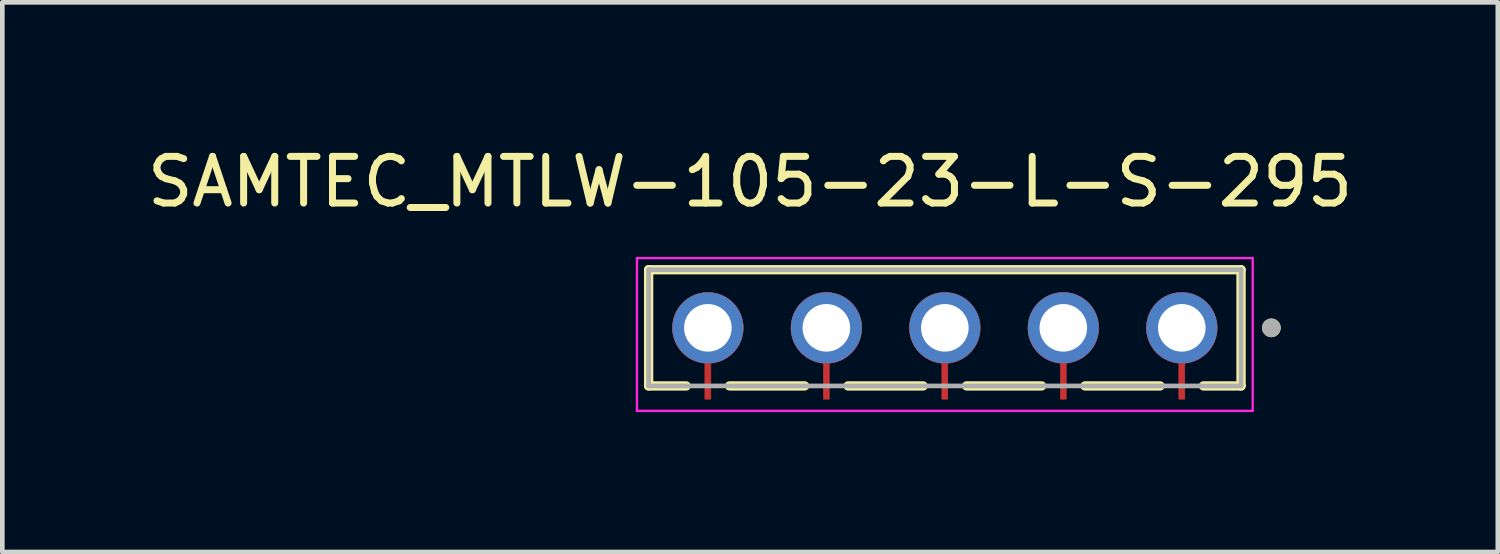
<source format=kicad_pcb>
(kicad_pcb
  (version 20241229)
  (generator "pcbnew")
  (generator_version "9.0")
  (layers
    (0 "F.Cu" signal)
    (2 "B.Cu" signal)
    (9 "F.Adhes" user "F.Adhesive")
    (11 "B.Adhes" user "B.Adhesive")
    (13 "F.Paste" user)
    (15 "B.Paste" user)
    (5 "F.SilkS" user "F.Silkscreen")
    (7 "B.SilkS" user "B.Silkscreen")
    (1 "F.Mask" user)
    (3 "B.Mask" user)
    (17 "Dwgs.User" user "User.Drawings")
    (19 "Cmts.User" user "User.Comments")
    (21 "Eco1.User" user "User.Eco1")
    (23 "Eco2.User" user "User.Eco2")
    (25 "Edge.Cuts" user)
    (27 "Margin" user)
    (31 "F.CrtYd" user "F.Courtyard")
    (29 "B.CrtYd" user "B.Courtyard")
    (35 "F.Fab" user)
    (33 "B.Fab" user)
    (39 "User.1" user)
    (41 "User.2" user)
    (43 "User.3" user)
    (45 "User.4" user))
  (footprint "SAMTEC_MTLW-105-23-L-S-295"
    (layer "F.Cu")
    (at 17.205 3.978)
    (property "Reference" "SAMTEC_MTLW-105-23-L-S-295" (at -4.175 -3.13 0) (layer "F.SilkS") (effects (font (size 1 1) (thickness 0.15))))
    (attr through_hole)
    (fp_poly (pts (xy -5.84 0) (xy -5.836 -0.079) (xy -5.823 -0.158) (xy -5.803 -0.235) (xy -5.774 -0.309) (xy -5.738 -0.38) (xy -5.695 -0.447) (xy -5.645 -0.509) (xy -5.589 -0.565) (xy -5.527 -0.615) (xy -5.46 -0.658) (xy -5.389 -0.694) (xy -5.315 -0.723) (xy -5.238 -0.743) (xy -5.159 -0.756) (xy -5.08 -0.76) (xy -5.001 -0.756) (xy -4.922 -0.743) (xy -4.845 -0.723) (xy -4.771 -0.694) (xy -4.7 -0.658) (xy -4.633 -0.615) (xy -4.571 -0.565) (xy -4.515 -0.509) (xy -4.465 -0.447) (xy -4.422 -0.38) (xy -4.386 -0.309) (xy -4.357 -0.235) (xy -4.337 -0.158) (xy -4.324 -0.079) (xy -4.32 0) (xy -4.321 0.038) (xy -4.324 0.076) (xy -4.328 0.113) (xy -4.335 0.151) (xy -4.343 0.187) (xy -4.353 0.224) (xy -4.365 0.259) (xy -4.379 0.294) (xy -4.394 0.329) (xy -4.411 0.363) (xy -4.43 0.395) (xy -4.45 0.427) (xy -4.472 0.458) (xy -4.495 0.487) (xy -4.52 0.516) (xy -4.546 0.543) (xy -4.574 0.569) (xy -4.603 0.593) (xy -4.632 0.616) (xy -4.663 0.638) (xy -4.695 0.658) (xy -4.728 0.676) (xy -4.762 0.692) (xy -4.797 0.707) (xy -4.832 0.721) (xy -4.868 0.732) (xy -4.904 0.742) (xy -4.941 0.75) (xy -4.978 0.756) (xy -5.015 0.76) (xy -5.015 1.53) (xy -5.145 1.53) (xy -5.145 0.76) (xy -5.182 0.756) (xy -5.219 0.75) (xy -5.256 0.742) (xy -5.292 0.732) (xy -5.328 0.721) (xy -5.363 0.707) (xy -5.398 0.692) (xy -5.432 0.676) (xy -5.465 0.658) (xy -5.497 0.638) (xy -5.528 0.616) (xy -5.557 0.593) (xy -5.586 0.569) (xy -5.614 0.543) (xy -5.64 0.516) (xy -5.665 0.487) (xy -5.688 0.458) (xy -5.71 0.427) (xy -5.73 0.395) (xy -5.749 0.363) (xy -5.766 0.329) (xy -5.781 0.294) (xy -5.795 0.259) (xy -5.807 0.224) (xy -5.817 0.187) (xy -5.825 0.151) (xy -5.832 0.113) (xy -5.836 0.076) (xy -5.839 0.038) (xy -5.84 0)) (stroke (width 0.01) (type solid)) (fill yes) (layer "F.Cu"))
    (fp_poly (pts (xy -3.3 0) (xy -3.296 -0.079) (xy -3.283 -0.158) (xy -3.263 -0.235) (xy -3.234 -0.309) (xy -3.198 -0.38) (xy -3.155 -0.447) (xy -3.105 -0.509) (xy -3.049 -0.565) (xy -2.987 -0.615) (xy -2.92 -0.658) (xy -2.849 -0.694) (xy -2.775 -0.723) (xy -2.698 -0.743) (xy -2.619 -0.756) (xy -2.54 -0.76) (xy -2.461 -0.756) (xy -2.382 -0.743) (xy -2.305 -0.723) (xy -2.231 -0.694) (xy -2.16 -0.658) (xy -2.093 -0.615) (xy -2.031 -0.565) (xy -1.975 -0.509) (xy -1.925 -0.447) (xy -1.882 -0.38) (xy -1.846 -0.309) (xy -1.817 -0.235) (xy -1.797 -0.158) (xy -1.784 -0.079) (xy -1.78 0) (xy -1.781 0.038) (xy -1.784 0.076) (xy -1.788 0.113) (xy -1.795 0.151) (xy -1.803 0.187) (xy -1.813 0.224) (xy -1.825 0.259) (xy -1.839 0.294) (xy -1.854 0.329) (xy -1.871 0.363) (xy -1.89 0.395) (xy -1.91 0.427) (xy -1.932 0.458) (xy -1.955 0.487) (xy -1.98 0.516) (xy -2.006 0.543) (xy -2.034 0.569) (xy -2.063 0.593) (xy -2.092 0.616) (xy -2.123 0.638) (xy -2.155 0.658) (xy -2.188 0.676) (xy -2.222 0.692) (xy -2.257 0.707) (xy -2.292 0.721) (xy -2.328 0.732) (xy -2.364 0.742) (xy -2.401 0.75) (xy -2.438 0.756) (xy -2.475 0.76) (xy -2.475 1.53) (xy -2.605 1.53) (xy -2.605 0.76) (xy -2.642 0.756) (xy -2.679 0.75) (xy -2.716 0.742) (xy -2.752 0.732) (xy -2.788 0.721) (xy -2.823 0.707) (xy -2.858 0.692) (xy -2.892 0.676) (xy -2.925 0.658) (xy -2.957 0.638) (xy -2.988 0.616) (xy -3.017 0.593) (xy -3.046 0.569) (xy -3.074 0.543) (xy -3.1 0.516) (xy -3.125 0.487) (xy -3.148 0.458) (xy -3.17 0.427) (xy -3.19 0.395) (xy -3.209 0.363) (xy -3.226 0.329) (xy -3.241 0.294) (xy -3.255 0.259) (xy -3.267 0.224) (xy -3.277 0.187) (xy -3.285 0.151) (xy -3.292 0.113) (xy -3.296 0.076) (xy -3.299 0.038) (xy -3.3 0)) (stroke (width 0.01) (type solid)) (fill yes) (layer "F.Cu"))
    (fp_poly (pts (xy -0.76 0) (xy -0.756 -0.079) (xy -0.743 -0.158) (xy -0.723 -0.235) (xy -0.694 -0.309) (xy -0.658 -0.38) (xy -0.615 -0.447) (xy -0.565 -0.509) (xy -0.509 -0.565) (xy -0.447 -0.615) (xy -0.38 -0.658) (xy -0.309 -0.694) (xy -0.235 -0.723) (xy -0.158 -0.743) (xy -0.079 -0.756) (xy 0 -0.76) (xy 0.079 -0.756) (xy 0.158 -0.743) (xy 0.235 -0.723) (xy 0.309 -0.694) (xy 0.38 -0.658) (xy 0.447 -0.615) (xy 0.509 -0.565) (xy 0.565 -0.509) (xy 0.615 -0.447) (xy 0.658 -0.38) (xy 0.694 -0.309) (xy 0.723 -0.235) (xy 0.743 -0.158) (xy 0.756 -0.079) (xy 0.76 0) (xy 0.759 0.038) (xy 0.756 0.076) (xy 0.752 0.113) (xy 0.745 0.151) (xy 0.737 0.187) (xy 0.727 0.224) (xy 0.715 0.259) (xy 0.701 0.294) (xy 0.686 0.329) (xy 0.669 0.363) (xy 0.65 0.395) (xy 0.63 0.427) (xy 0.608 0.458) (xy 0.585 0.487) (xy 0.56 0.516) (xy 0.534 0.543) (xy 0.506 0.569) (xy 0.477 0.593) (xy 0.448 0.616) (xy 0.417 0.638) (xy 0.385 0.658) (xy 0.352 0.676) (xy 0.318 0.692) (xy 0.283 0.707) (xy 0.248 0.721) (xy 0.212 0.732) (xy 0.176 0.742) (xy 0.139 0.75) (xy 0.102 0.756) (xy 0.065 0.76) (xy 0.065 1.53) (xy -0.065 1.53) (xy -0.065 0.76) (xy -0.102 0.756) (xy -0.139 0.75) (xy -0.176 0.742) (xy -0.212 0.732) (xy -0.248 0.721) (xy -0.283 0.707) (xy -0.318 0.692) (xy -0.352 0.676) (xy -0.385 0.658) (xy -0.417 0.638) (xy -0.448 0.616) (xy -0.477 0.593) (xy -0.506 0.569) (xy -0.534 0.543) (xy -0.56 0.516) (xy -0.585 0.487) (xy -0.608 0.458) (xy -0.63 0.427) (xy -0.65 0.395) (xy -0.669 0.363) (xy -0.686 0.329) (xy -0.701 0.294) (xy -0.715 0.259) (xy -0.727 0.224) (xy -0.737 0.187) (xy -0.745 0.151) (xy -0.752 0.113) (xy -0.756 0.076) (xy -0.759 0.038) (xy -0.76 0)) (stroke (width 0.01) (type solid)) (fill yes) (layer "F.Cu"))
    (fp_poly (pts (xy 1.78 0) (xy 1.784 -0.079) (xy 1.797 -0.158) (xy 1.817 -0.235) (xy 1.846 -0.309) (xy 1.882 -0.38) (xy 1.925 -0.447) (xy 1.975 -0.509) (xy 2.031 -0.565) (xy 2.093 -0.615) (xy 2.16 -0.658) (xy 2.231 -0.694) (xy 2.305 -0.723) (xy 2.382 -0.743) (xy 2.461 -0.756) (xy 2.54 -0.76) (xy 2.619 -0.756) (xy 2.698 -0.743) (xy 2.775 -0.723) (xy 2.849 -0.694) (xy 2.92 -0.658) (xy 2.987 -0.615) (xy 3.049 -0.565) (xy 3.105 -0.509) (xy 3.155 -0.447) (xy 3.198 -0.38) (xy 3.234 -0.309) (xy 3.263 -0.235) (xy 3.283 -0.158) (xy 3.296 -0.079) (xy 3.3 0) (xy 3.299 0.038) (xy 3.296 0.076) (xy 3.292 0.113) (xy 3.285 0.151) (xy 3.277 0.187) (xy 3.267 0.224) (xy 3.255 0.259) (xy 3.241 0.294) (xy 3.226 0.329) (xy 3.209 0.363) (xy 3.19 0.395) (xy 3.17 0.427) (xy 3.148 0.458) (xy 3.125 0.487) (xy 3.1 0.516) (xy 3.074 0.543) (xy 3.046 0.569) (xy 3.017 0.593) (xy 2.988 0.616) (xy 2.957 0.638) (xy 2.925 0.658) (xy 2.892 0.676) (xy 2.858 0.692) (xy 2.823 0.707) (xy 2.788 0.721) (xy 2.752 0.732) (xy 2.716 0.742) (xy 2.679 0.75) (xy 2.642 0.756) (xy 2.605 0.76) (xy 2.605 1.53) (xy 2.475 1.53) (xy 2.475 0.76) (xy 2.438 0.756) (xy 2.401 0.75) (xy 2.364 0.742) (xy 2.328 0.732) (xy 2.292 0.721) (xy 2.257 0.707) (xy 2.222 0.692) (xy 2.188 0.676) (xy 2.155 0.658) (xy 2.123 0.638) (xy 2.092 0.616) (xy 2.063 0.593) (xy 2.034 0.569) (xy 2.006 0.543) (xy 1.98 0.516) (xy 1.955 0.487) (xy 1.932 0.458) (xy 1.91 0.427) (xy 1.89 0.395) (xy 1.871 0.363) (xy 1.854 0.329) (xy 1.839 0.294) (xy 1.825 0.259) (xy 1.813 0.224) (xy 1.803 0.187) (xy 1.795 0.151) (xy 1.788 0.113) (xy 1.784 0.076) (xy 1.781 0.038) (xy 1.78 0)) (stroke (width 0.01) (type solid)) (fill yes) (layer "F.Cu"))
    (fp_poly (pts (xy 4.32 0) (xy 4.324 -0.079) (xy 4.337 -0.158) (xy 4.357 -0.235) (xy 4.386 -0.309) (xy 4.422 -0.38) (xy 4.465 -0.447) (xy 4.515 -0.509) (xy 4.571 -0.565) (xy 4.633 -0.615) (xy 4.7 -0.658) (xy 4.771 -0.694) (xy 4.845 -0.723) (xy 4.922 -0.743) (xy 5.001 -0.756) (xy 5.08 -0.76) (xy 5.159 -0.756) (xy 5.238 -0.743) (xy 5.315 -0.723) (xy 5.389 -0.694) (xy 5.46 -0.658) (xy 5.527 -0.615) (xy 5.589 -0.565) (xy 5.645 -0.509) (xy 5.695 -0.447) (xy 5.738 -0.38) (xy 5.774 -0.309) (xy 5.803 -0.235) (xy 5.823 -0.158) (xy 5.836 -0.079) (xy 5.84 0) (xy 5.839 0.038) (xy 5.836 0.076) (xy 5.832 0.113) (xy 5.825 0.151) (xy 5.817 0.187) (xy 5.807 0.224) (xy 5.795 0.259) (xy 5.781 0.294) (xy 5.766 0.329) (xy 5.749 0.363) (xy 5.73 0.395) (xy 5.71 0.427) (xy 5.688 0.458) (xy 5.665 0.487) (xy 5.64 0.516) (xy 5.614 0.543) (xy 5.586 0.569) (xy 5.557 0.593) (xy 5.528 0.616) (xy 5.497 0.638) (xy 5.465 0.658) (xy 5.432 0.676) (xy 5.398 0.692) (xy 5.363 0.707) (xy 5.328 0.721) (xy 5.292 0.732) (xy 5.256 0.742) (xy 5.219 0.75) (xy 5.182 0.756) (xy 5.145 0.76) (xy 5.145 1.53) (xy 5.015 1.53) (xy 5.015 0.76) (xy 4.978 0.756) (xy 4.941 0.75) (xy 4.904 0.742) (xy 4.868 0.732) (xy 4.832 0.721) (xy 4.797 0.707) (xy 4.762 0.692) (xy 4.728 0.676) (xy 4.695 0.658) (xy 4.663 0.638) (xy 4.632 0.616) (xy 4.603 0.593) (xy 4.574 0.569) (xy 4.546 0.543) (xy 4.52 0.516) (xy 4.495 0.487) (xy 4.472 0.458) (xy 4.45 0.427) (xy 4.43 0.395) (xy 4.411 0.363) (xy 4.394 0.329) (xy 4.379 0.294) (xy 4.365 0.259) (xy 4.353 0.224) (xy 4.343 0.187) (xy 4.335 0.151) (xy 4.328 0.113) (xy 4.324 0.076) (xy 4.321 0.038) (xy 4.32 0)) (stroke (width 0.01) (type solid)) (fill yes) (layer "F.Cu"))
    (fp_poly (pts (xy -5.94 0) (xy -5.935 -0.09) (xy -5.921 -0.179) (xy -5.898 -0.266) (xy -5.866 -0.35) (xy -5.825 -0.43) (xy -5.776 -0.505) (xy -5.719 -0.575) (xy -5.655 -0.639) (xy -5.585 -0.696) (xy -5.51 -0.745) (xy -5.43 -0.786) (xy -5.346 -0.818) (xy -5.259 -0.841) (xy -5.17 -0.855) (xy -5.08 -0.86) (xy -4.99 -0.855) (xy -4.901 -0.841) (xy -4.814 -0.818) (xy -4.73 -0.786) (xy -4.65 -0.745) (xy -4.575 -0.696) (xy -4.505 -0.639) (xy -4.441 -0.575) (xy -4.384 -0.505) (xy -4.335 -0.43) (xy -4.294 -0.35) (xy -4.262 -0.266) (xy -4.239 -0.179) (xy -4.225 -0.09) (xy -4.22 0) (xy -4.221 0.038) (xy -4.224 0.077) (xy -4.228 0.116) (xy -4.234 0.155) (xy -4.243 0.194) (xy -4.252 0.232) (xy -4.264 0.269) (xy -4.277 0.307) (xy -4.292 0.343) (xy -4.309 0.379) (xy -4.327 0.413) (xy -4.347 0.448) (xy -4.368 0.481) (xy -4.391 0.513) (xy -4.416 0.544) (xy -4.441 0.573) (xy -4.469 0.602) (xy -4.497 0.629) (xy -4.527 0.655) (xy -4.557 0.68) (xy -4.589 0.703) (xy -4.622 0.725) (xy -4.656 0.745) (xy -4.691 0.763) (xy -4.726 0.78) (xy -4.762 0.796) (xy -4.799 0.809) (xy -4.837 0.821) (xy -4.875 0.831) (xy -4.915 0.84) (xy -4.915 1.63) (xy -5.245 1.63) (xy -5.245 0.84) (xy -5.285 0.831) (xy -5.323 0.821) (xy -5.361 0.809) (xy -5.398 0.796) (xy -5.434 0.78) (xy -5.469 0.763) (xy -5.504 0.745) (xy -5.538 0.725) (xy -5.571 0.703) (xy -5.603 0.68) (xy -5.633 0.655) (xy -5.663 0.629) (xy -5.691 0.602) (xy -5.719 0.573) (xy -5.744 0.544) (xy -5.769 0.513) (xy -5.792 0.481) (xy -5.813 0.448) (xy -5.833 0.413) (xy -5.851 0.379) (xy -5.868 0.343) (xy -5.883 0.307) (xy -5.896 0.269) (xy -5.908 0.232) (xy -5.917 0.194) (xy -5.926 0.155) (xy -5.932 0.116) (xy -5.936 0.077) (xy -5.939 0.038) (xy -5.94 0)) (stroke (width 0.01) (type solid)) (fill yes) (layer "F.Mask"))
    (fp_poly (pts (xy -3.4 0) (xy -3.395 -0.09) (xy -3.381 -0.179) (xy -3.358 -0.266) (xy -3.326 -0.35) (xy -3.285 -0.43) (xy -3.236 -0.505) (xy -3.179 -0.575) (xy -3.115 -0.639) (xy -3.045 -0.696) (xy -2.97 -0.745) (xy -2.89 -0.786) (xy -2.806 -0.818) (xy -2.719 -0.841) (xy -2.63 -0.855) (xy -2.54 -0.86) (xy -2.45 -0.855) (xy -2.361 -0.841) (xy -2.274 -0.818) (xy -2.19 -0.786) (xy -2.11 -0.745) (xy -2.035 -0.696) (xy -1.965 -0.639) (xy -1.901 -0.575) (xy -1.844 -0.505) (xy -1.795 -0.43) (xy -1.754 -0.35) (xy -1.722 -0.266) (xy -1.699 -0.179) (xy -1.685 -0.09) (xy -1.68 0) (xy -1.681 0.038) (xy -1.684 0.077) (xy -1.688 0.116) (xy -1.694 0.155) (xy -1.703 0.194) (xy -1.712 0.232) (xy -1.724 0.269) (xy -1.737 0.307) (xy -1.752 0.343) (xy -1.769 0.379) (xy -1.787 0.413) (xy -1.807 0.448) (xy -1.828 0.481) (xy -1.851 0.513) (xy -1.876 0.544) (xy -1.901 0.573) (xy -1.929 0.602) (xy -1.957 0.629) (xy -1.987 0.655) (xy -2.017 0.68) (xy -2.049 0.703) (xy -2.082 0.725) (xy -2.116 0.745) (xy -2.151 0.763) (xy -2.186 0.78) (xy -2.222 0.796) (xy -2.259 0.809) (xy -2.297 0.821) (xy -2.335 0.831) (xy -2.375 0.84) (xy -2.375 1.63) (xy -2.705 1.63) (xy -2.705 0.84) (xy -2.745 0.831) (xy -2.783 0.821) (xy -2.821 0.809) (xy -2.858 0.796) (xy -2.894 0.78) (xy -2.929 0.763) (xy -2.964 0.745) (xy -2.998 0.725) (xy -3.031 0.703) (xy -3.063 0.68) (xy -3.093 0.655) (xy -3.123 0.629) (xy -3.151 0.602) (xy -3.179 0.573) (xy -3.204 0.544) (xy -3.229 0.513) (xy -3.252 0.481) (xy -3.273 0.448) (xy -3.293 0.413) (xy -3.311 0.379) (xy -3.328 0.343) (xy -3.343 0.307) (xy -3.356 0.269) (xy -3.368 0.232) (xy -3.377 0.194) (xy -3.386 0.155) (xy -3.392 0.116) (xy -3.396 0.077) (xy -3.399 0.038) (xy -3.4 0)) (stroke (width 0.01) (type solid)) (fill yes) (layer "F.Mask"))
    (fp_poly (pts (xy -0.86 0) (xy -0.855 -0.09) (xy -0.841 -0.179) (xy -0.818 -0.266) (xy -0.786 -0.35) (xy -0.745 -0.43) (xy -0.696 -0.505) (xy -0.639 -0.575) (xy -0.575 -0.639) (xy -0.505 -0.696) (xy -0.43 -0.745) (xy -0.35 -0.786) (xy -0.266 -0.818) (xy -0.179 -0.841) (xy -0.09 -0.855) (xy 0 -0.86) (xy 0.09 -0.855) (xy 0.179 -0.841) (xy 0.266 -0.818) (xy 0.35 -0.786) (xy 0.43 -0.745) (xy 0.505 -0.696) (xy 0.575 -0.639) (xy 0.639 -0.575) (xy 0.696 -0.505) (xy 0.745 -0.43) (xy 0.786 -0.35) (xy 0.818 -0.266) (xy 0.841 -0.179) (xy 0.855 -0.09) (xy 0.86 0) (xy 0.859 0.038) (xy 0.856 0.077) (xy 0.852 0.116) (xy 0.846 0.155) (xy 0.837 0.194) (xy 0.828 0.232) (xy 0.816 0.269) (xy 0.803 0.307) (xy 0.788 0.343) (xy 0.771 0.379) (xy 0.753 0.413) (xy 0.733 0.448) (xy 0.712 0.481) (xy 0.689 0.513) (xy 0.664 0.544) (xy 0.639 0.573) (xy 0.611 0.602) (xy 0.583 0.629) (xy 0.553 0.655) (xy 0.523 0.68) (xy 0.491 0.703) (xy 0.458 0.725) (xy 0.424 0.745) (xy 0.389 0.763) (xy 0.354 0.78) (xy 0.318 0.796) (xy 0.281 0.809) (xy 0.243 0.821) (xy 0.205 0.831) (xy 0.165 0.84) (xy 0.165 1.63) (xy -0.165 1.63) (xy -0.165 0.84) (xy -0.205 0.831) (xy -0.243 0.821) (xy -0.281 0.809) (xy -0.318 0.796) (xy -0.354 0.78) (xy -0.389 0.763) (xy -0.424 0.745) (xy -0.458 0.725) (xy -0.491 0.703) (xy -0.523 0.68) (xy -0.553 0.655) (xy -0.583 0.629) (xy -0.611 0.602) (xy -0.639 0.573) (xy -0.664 0.544) (xy -0.689 0.513) (xy -0.712 0.481) (xy -0.733 0.448) (xy -0.753 0.413) (xy -0.771 0.379) (xy -0.788 0.343) (xy -0.803 0.307) (xy -0.816 0.269) (xy -0.828 0.232) (xy -0.837 0.194) (xy -0.846 0.155) (xy -0.852 0.116) (xy -0.856 0.077) (xy -0.859 0.038) (xy -0.86 0)) (stroke (width 0.01) (type solid)) (fill yes) (layer "F.Mask"))
    (fp_poly (pts (xy 1.68 0) (xy 1.685 -0.09) (xy 1.699 -0.179) (xy 1.722 -0.266) (xy 1.754 -0.35) (xy 1.795 -0.43) (xy 1.844 -0.505) (xy 1.901 -0.575) (xy 1.965 -0.639) (xy 2.035 -0.696) (xy 2.11 -0.745) (xy 2.19 -0.786) (xy 2.274 -0.818) (xy 2.361 -0.841) (xy 2.45 -0.855) (xy 2.54 -0.86) (xy 2.63 -0.855) (xy 2.719 -0.841) (xy 2.806 -0.818) (xy 2.89 -0.786) (xy 2.97 -0.745) (xy 3.045 -0.696) (xy 3.115 -0.639) (xy 3.179 -0.575) (xy 3.236 -0.505) (xy 3.285 -0.43) (xy 3.326 -0.35) (xy 3.358 -0.266) (xy 3.381 -0.179) (xy 3.395 -0.09) (xy 3.4 0) (xy 3.399 0.038) (xy 3.396 0.077) (xy 3.392 0.116) (xy 3.386 0.155) (xy 3.377 0.194) (xy 3.368 0.232) (xy 3.356 0.269) (xy 3.343 0.307) (xy 3.328 0.343) (xy 3.311 0.379) (xy 3.293 0.413) (xy 3.273 0.448) (xy 3.252 0.481) (xy 3.229 0.513) (xy 3.204 0.544) (xy 3.179 0.573) (xy 3.151 0.602) (xy 3.123 0.629) (xy 3.093 0.655) (xy 3.063 0.68) (xy 3.031 0.703) (xy 2.998 0.725) (xy 2.964 0.745) (xy 2.929 0.763) (xy 2.894 0.78) (xy 2.858 0.796) (xy 2.821 0.809) (xy 2.783 0.821) (xy 2.745 0.831) (xy 2.705 0.84) (xy 2.705 1.63) (xy 2.375 1.63) (xy 2.375 0.84) (xy 2.335 0.831) (xy 2.297 0.821) (xy 2.259 0.809) (xy 2.222 0.796) (xy 2.186 0.78) (xy 2.151 0.763) (xy 2.116 0.745) (xy 2.082 0.725) (xy 2.049 0.703) (xy 2.017 0.68) (xy 1.987 0.655) (xy 1.957 0.629) (xy 1.929 0.602) (xy 1.901 0.573) (xy 1.876 0.544) (xy 1.851 0.513) (xy 1.828 0.481) (xy 1.807 0.448) (xy 1.787 0.413) (xy 1.769 0.379) (xy 1.752 0.343) (xy 1.737 0.307) (xy 1.724 0.269) (xy 1.712 0.232) (xy 1.703 0.194) (xy 1.694 0.155) (xy 1.688 0.116) (xy 1.684 0.077) (xy 1.681 0.038) (xy 1.68 0)) (stroke (width 0.01) (type solid)) (fill yes) (layer "F.Mask"))
    (fp_poly (pts (xy 4.22 0) (xy 4.225 -0.09) (xy 4.239 -0.179) (xy 4.262 -0.266) (xy 4.294 -0.35) (xy 4.335 -0.43) (xy 4.384 -0.505) (xy 4.441 -0.575) (xy 4.505 -0.639) (xy 4.575 -0.696) (xy 4.65 -0.745) (xy 4.73 -0.786) (xy 4.814 -0.818) (xy 4.901 -0.841) (xy 4.99 -0.855) (xy 5.08 -0.86) (xy 5.17 -0.855) (xy 5.259 -0.841) (xy 5.346 -0.818) (xy 5.43 -0.786) (xy 5.51 -0.745) (xy 5.585 -0.696) (xy 5.655 -0.639) (xy 5.719 -0.575) (xy 5.776 -0.505) (xy 5.825 -0.43) (xy 5.866 -0.35) (xy 5.898 -0.266) (xy 5.921 -0.179) (xy 5.935 -0.09) (xy 5.94 0) (xy 5.939 0.038) (xy 5.936 0.077) (xy 5.932 0.116) (xy 5.926 0.155) (xy 5.917 0.194) (xy 5.908 0.232) (xy 5.896 0.269) (xy 5.883 0.307) (xy 5.868 0.343) (xy 5.851 0.379) (xy 5.833 0.413) (xy 5.813 0.448) (xy 5.792 0.481) (xy 5.769 0.513) (xy 5.744 0.544) (xy 5.719 0.573) (xy 5.691 0.602) (xy 5.663 0.629) (xy 5.633 0.655) (xy 5.603 0.68) (xy 5.571 0.703) (xy 5.538 0.725) (xy 5.504 0.745) (xy 5.469 0.763) (xy 5.434 0.78) (xy 5.398 0.796) (xy 5.361 0.809) (xy 5.323 0.821) (xy 5.285 0.831) (xy 5.245 0.84) (xy 5.245 1.63) (xy 4.915 1.63) (xy 4.915 0.84) (xy 4.875 0.831) (xy 4.837 0.821) (xy 4.799 0.809) (xy 4.762 0.796) (xy 4.726 0.78) (xy 4.691 0.763) (xy 4.656 0.745) (xy 4.622 0.725) (xy 4.589 0.703) (xy 4.557 0.68) (xy 4.527 0.655) (xy 4.497 0.629) (xy 4.469 0.602) (xy 4.441 0.573) (xy 4.416 0.544) (xy 4.391 0.513) (xy 4.368 0.481) (xy 4.347 0.448) (xy 4.327 0.413) (xy 4.309 0.379) (xy 4.292 0.343) (xy 4.277 0.307) (xy 4.264 0.269) (xy 4.252 0.232) (xy 4.243 0.194) (xy 4.234 0.155) (xy 4.228 0.116) (xy 4.224 0.077) (xy 4.221 0.038) (xy 4.22 0)) (stroke (width 0.01) (type solid)) (fill yes) (layer "F.Mask"))
    (fp_line (start -6.35 -1.245) (end 6.35 -1.245) (stroke (width 0.2) (type solid)) (layer "F.SilkS"))
    (fp_line (start -6.35 1.245) (end -6.35 -1.245) (stroke (width 0.2) (type solid)) (layer "F.SilkS"))
    (fp_line (start -5.545 1.245) (end -6.35 1.245) (stroke (width 0.2) (type solid)) (layer "F.SilkS"))
    (fp_line (start -3.005 1.245) (end -4.615 1.245) (stroke (width 0.2) (type solid)) (layer "F.SilkS"))
    (fp_line (start -0.465 1.245) (end -2.075 1.245) (stroke (width 0.2) (type solid)) (layer "F.SilkS"))
    (fp_line (start 2.075 1.245) (end 0.465 1.245) (stroke (width 0.2) (type solid)) (layer "F.SilkS"))
    (fp_line (start 4.615 1.245) (end 3.005 1.245) (stroke (width 0.2) (type solid)) (layer "F.SilkS"))
    (fp_line (start 6.35 -1.245) (end 6.35 1.245) (stroke (width 0.2) (type solid)) (layer "F.SilkS"))
    (fp_line (start 6.35 1.245) (end 5.545 1.245) (stroke (width 0.2) (type solid)) (layer "F.SilkS"))
    (fp_circle (center 7 0) (end 7.1 0) (stroke (width 0.2) (type solid)) (fill no) (layer "F.SilkS"))
    (fp_poly (pts (xy -6.16 -1.085) (xy -4 -1.085) (xy -4 0.455) (xy -4.46 0.455) (xy -4.825 0.77) (xy -4.825 1.53) (xy -5.335 1.53) (xy -5.335 0.77) (xy -5.7 0.455) (xy -6.16 0.455)) (stroke (width 0.01) (type solid)) (fill yes) (layer "F.Paste"))
    (fp_poly (pts (xy -3.62 -1.085) (xy -1.46 -1.085) (xy -1.46 0.455) (xy -1.92 0.455) (xy -2.285 0.77) (xy -2.285 1.53) (xy -2.795 1.53) (xy -2.795 0.77) (xy -3.16 0.455) (xy -3.62 0.455)) (stroke (width 0.01) (type solid)) (fill yes) (layer "F.Paste"))
    (fp_poly (pts (xy -1.08 -1.085) (xy 1.08 -1.085) (xy 1.08 0.455) (xy 0.62 0.455) (xy 0.255 0.77) (xy 0.255 1.53) (xy -0.255 1.53) (xy -0.255 0.77) (xy -0.62 0.455) (xy -1.08 0.455)) (stroke (width 0.01) (type solid)) (fill yes) (layer "F.Paste"))
    (fp_poly (pts (xy 1.46 -1.085) (xy 3.62 -1.085) (xy 3.62 0.455) (xy 3.16 0.455) (xy 2.795 0.77) (xy 2.795 1.53) (xy 2.285 1.53) (xy 2.285 0.77) (xy 1.92 0.455) (xy 1.46 0.455)) (stroke (width 0.01) (type solid)) (fill yes) (layer "F.Paste"))
    (fp_poly (pts (xy 4 -1.085) (xy 6.16 -1.085) (xy 6.16 0.455) (xy 5.7 0.455) (xy 5.335 0.77) (xy 5.335 1.53) (xy 4.825 1.53) (xy 4.825 0.77) (xy 4.46 0.455) (xy 4 0.455)) (stroke (width 0.01) (type solid)) (fill yes) (layer "F.Paste"))
    (fp_line (start -6.6 -1.495) (end 6.6 -1.495) (stroke (width 0.05) (type solid)) (layer "F.CrtYd"))
    (fp_line (start -6.6 1.78) (end -6.6 -1.495) (stroke (width 0.05) (type solid)) (layer "F.CrtYd"))
    (fp_line (start 6.6 -1.495) (end 6.6 1.78) (stroke (width 0.05) (type solid)) (layer "F.CrtYd"))
    (fp_line (start 6.6 1.78) (end -6.6 1.78) (stroke (width 0.05) (type solid)) (layer "F.CrtYd"))
    (fp_line (start -6.35 -1.245) (end 6.35 -1.245) (stroke (width 0.1) (type solid)) (layer "F.Fab"))
    (fp_line (start -6.35 1.245) (end -6.35 -1.245) (stroke (width 0.1) (type solid)) (layer "F.Fab"))
    (fp_line (start 6.35 -1.245) (end 6.35 1.245) (stroke (width 0.1) (type solid)) (layer "F.Fab"))
    (fp_line (start 6.35 1.245) (end -6.35 1.245) (stroke (width 0.1) (type solid)) (layer "F.Fab"))
    (fp_circle (center 7 0) (end 7.1 0) (stroke (width 0.2) (type solid)) (fill no) (layer "F.Fab"))
    (pad "01" thru_hole circle (at 5.08 0) (size 1.52 1.52) (drill 1.02) (layers "*.Cu" "*.Mask"))
    (pad "02" thru_hole circle (at 2.54 0) (size 1.52 1.52) (drill 1.02) (layers "*.Cu" "*.Mask"))
    (pad "03" thru_hole circle (at 0 0) (size 1.52 1.52) (drill 1.02) (layers "*.Cu" "*.Mask"))
    (pad "04" thru_hole circle (at -2.54 0) (size 1.52 1.52) (drill 1.02) (layers "*.Cu" "*.Mask"))
    (pad "05" thru_hole circle (at -5.08 0) (size 1.52 1.52) (drill 1.02) (layers "*.Cu" "*.Mask")))
  (gr_rect
    (start -3 -3)
    (end 29.06 8.783)
    (stroke (width 0.1) (type default))
    (fill no)
    (layer "Edge.Cuts")))
</source>
